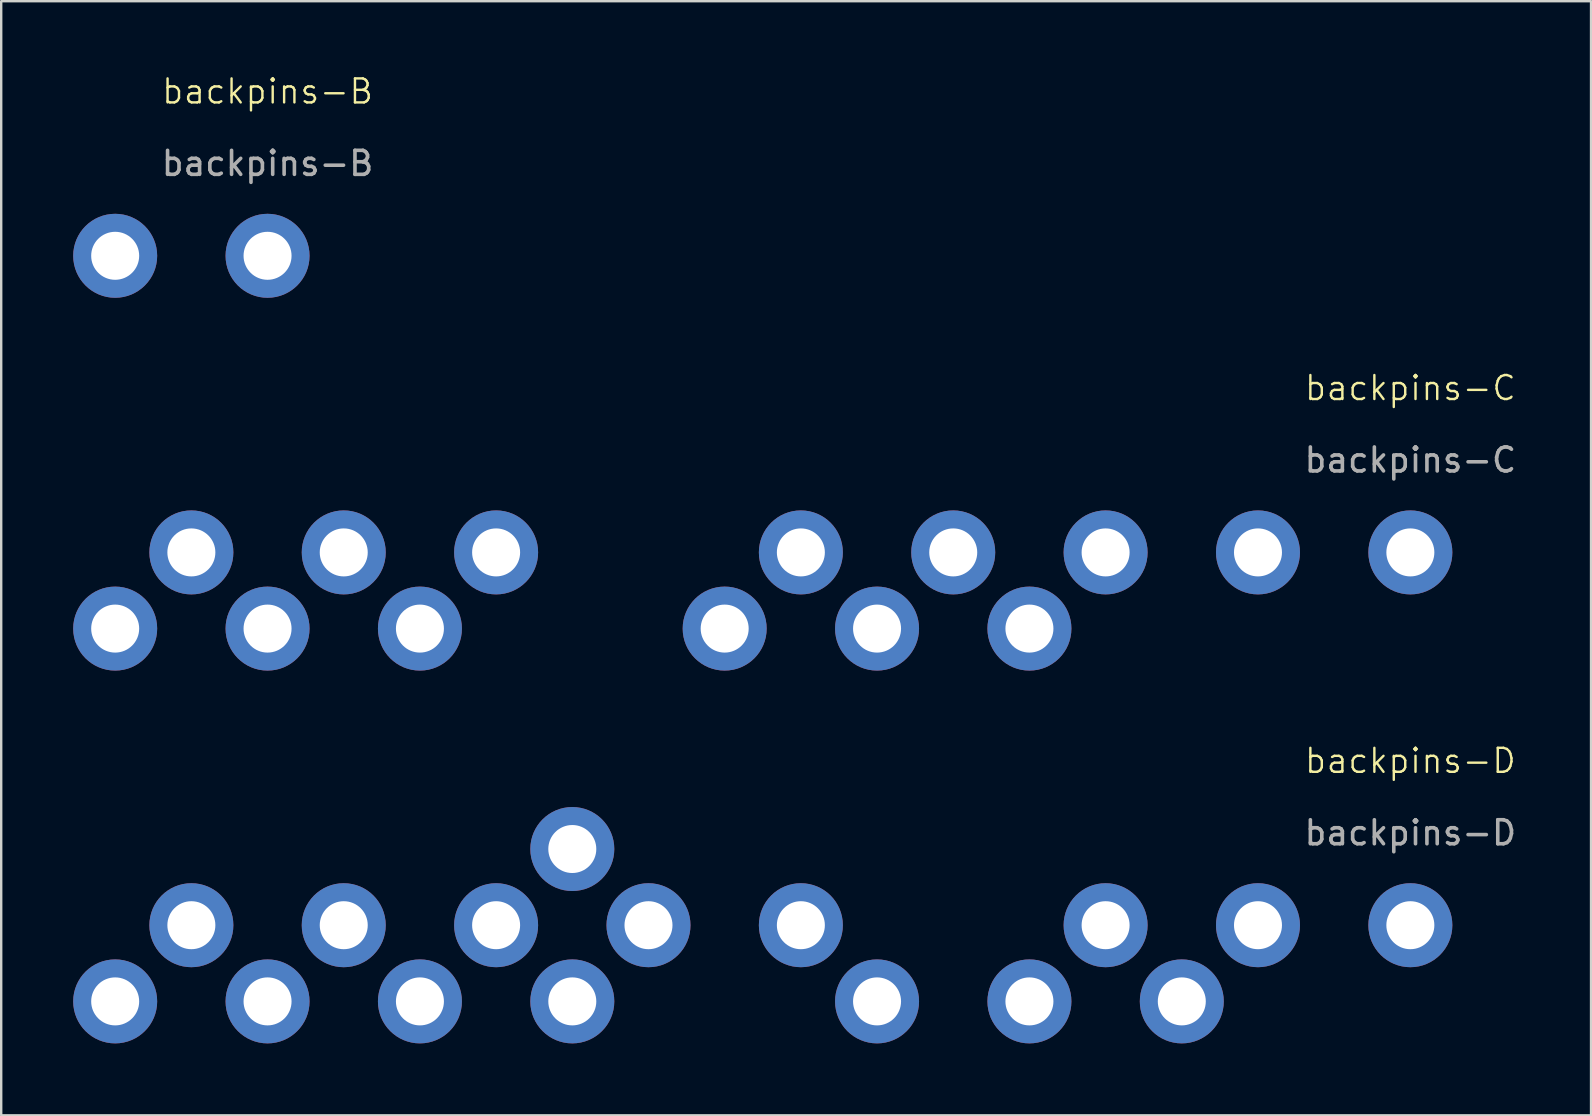
<source format=kicad_pcb>
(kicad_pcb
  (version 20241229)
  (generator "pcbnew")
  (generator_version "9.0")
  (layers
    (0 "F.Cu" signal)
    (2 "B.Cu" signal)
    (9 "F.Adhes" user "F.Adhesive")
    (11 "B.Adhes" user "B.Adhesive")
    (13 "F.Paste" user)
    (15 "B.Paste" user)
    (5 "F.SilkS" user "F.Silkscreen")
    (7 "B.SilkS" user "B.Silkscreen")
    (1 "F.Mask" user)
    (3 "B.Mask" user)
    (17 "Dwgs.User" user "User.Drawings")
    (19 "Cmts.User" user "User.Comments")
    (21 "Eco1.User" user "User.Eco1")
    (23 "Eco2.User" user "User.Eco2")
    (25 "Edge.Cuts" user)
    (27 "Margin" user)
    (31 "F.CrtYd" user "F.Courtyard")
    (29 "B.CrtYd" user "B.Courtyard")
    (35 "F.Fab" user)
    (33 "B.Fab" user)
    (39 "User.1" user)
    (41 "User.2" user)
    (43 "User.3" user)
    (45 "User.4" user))
  (footprint "backpins-D"
    (layer "F.Cu")
    (at 55.725 29.157)
    (property "Reference" "backpins-D" (at 0 -0.5 0) (unlocked yes) (layer "F.SilkS") (effects (font (size 1 1) (thickness 0.1))))
    (attr through_hole)
    (fp_text user "${REFERENCE}" (at 0 2.5 0) (unlocked yes) (layer "F.Fab") (effects (font (size 1 1) (thickness 0.15))))
    (pad "A2" thru_hole circle (at 0 6.35) (size 3.5 3.5) (drill 2) (layers "*.Cu" "*.Mask"))
    (pad "C2" thru_hole circle (at -6.35 6.35) (size 3.5 3.5) (drill 2) (layers "*.Cu" "*.Mask"))
    (pad "D2" thru_hole circle (at -9.525 9.525) (size 3.5 3.5) (drill 2) (layers "*.Cu" "*.Mask"))
    (pad "E2" thru_hole circle (at -12.7 6.35) (size 3.5 3.5) (drill 2) (layers "*.Cu" "*.Mask"))
    (pad "F2" thru_hole circle (at -15.875 9.525) (size 3.5 3.5) (drill 2) (layers "*.Cu" "*.Mask"))
    (pad "J2" thru_hole circle (at -22.225 9.525) (size 3.5 3.5) (drill 2) (layers "*.Cu" "*.Mask"))
    (pad "K2" thru_hole circle (at -25.4 6.35) (size 3.5 3.5) (drill 2) (layers "*.Cu" "*.Mask"))
    (pad "M2" thru_hole circle (at -31.75 6.35) (size 3.5 3.5) (drill 2) (layers "*.Cu" "*.Mask"))
    (pad "N1" thru_hole circle (at -34.925 3.175) (size 3.5 3.5) (drill 2) (layers "*.Cu" "*.Mask"))
    (pad "N2" thru_hole circle (at -34.925 9.525) (size 3.5 3.5) (drill 2) (layers "*.Cu" "*.Mask"))
    (pad "P2" thru_hole circle (at -38.1 6.35) (size 3.5 3.5) (drill 2) (layers "*.Cu" "*.Mask"))
    (pad "R2" thru_hole circle (at -41.275 9.525) (size 3.5 3.5) (drill 2) (layers "*.Cu" "*.Mask"))
    (pad "S2" thru_hole circle (at -44.45 6.35) (size 3.5 3.5) (drill 2) (layers "*.Cu" "*.Mask"))
    (pad "T2" thru_hole circle (at -47.625 9.525) (size 3.5 3.5) (drill 2) (layers "*.Cu" "*.Mask"))
    (pad "U2" thru_hole circle (at -50.8 6.35) (size 3.5 3.5) (drill 2) (layers "*.Cu" "*.Mask"))
    (pad "V2" thru_hole circle (at -53.975 9.525) (size 3.5 3.5) (drill 2) (layers "*.Cu" "*.Mask")))
  (footprint "backpins-B"
    (layer "F.Cu")
    (at 8.1 1.26)
    (property "Reference" "backpins-B" (at 0 -0.5 0) (unlocked yes) (layer "F.SilkS") (effects (font (size 1 1) (thickness 0.1))))
    (attr through_hole)
    (fp_text user "${REFERENCE}" (at 0 2.5 0) (unlocked yes) (layer "F.Fab") (effects (font (size 1 1) (thickness 0.15))))
    (pad "A2" thru_hole circle (at 0 6.35) (size 3.5 3.5) (drill 2) (layers "*.Cu" "*.Mask"))
    (pad "C2" thru_hole circle (at -6.35 6.35) (size 3.5 3.5) (drill 2) (layers "*.Cu" "*.Mask")))
  (footprint "backpins-C"
    (layer "F.Cu")
    (at 55.725 13.621)
    (property "Reference" "backpins-C" (at 0 -0.5 0) (unlocked yes) (layer "F.SilkS") (effects (font (size 1 1) (thickness 0.1))))
    (attr through_hole)
    (fp_text user "${REFERENCE}" (at 0 2.5 0) (unlocked yes) (layer "F.Fab") (effects (font (size 1 1) (thickness 0.15))))
    (pad "A2" thru_hole circle (at 0 6.35) (size 3.5 3.5) (drill 2) (layers "*.Cu" "*.Mask"))
    (pad "C2" thru_hole circle (at -6.35 6.35) (size 3.5 3.5) (drill 2) (layers "*.Cu" "*.Mask"))
    (pad "E2" thru_hole circle (at -12.7 6.35) (size 3.5 3.5) (drill 2) (layers "*.Cu" "*.Mask"))
    (pad "F2" thru_hole circle (at -15.875 9.525) (size 3.5 3.5) (drill 2) (layers "*.Cu" "*.Mask"))
    (pad "H2" thru_hole circle (at -19.05 6.35) (size 3.5 3.5) (drill 2) (layers "*.Cu" "*.Mask"))
    (pad "J2" thru_hole circle (at -22.225 9.525) (size 3.5 3.5) (drill 2) (layers "*.Cu" "*.Mask"))
    (pad "K2" thru_hole circle (at -25.4 6.35) (size 3.5 3.5) (drill 2) (layers "*.Cu" "*.Mask"))
    (pad "L2" thru_hole circle (at -28.575 9.525) (size 3.5 3.5) (drill 2) (layers "*.Cu" "*.Mask"))
    (pad "P2" thru_hole circle (at -38.1 6.35) (size 3.5 3.5) (drill 2) (layers "*.Cu" "*.Mask"))
    (pad "R2" thru_hole circle (at -41.275 9.525) (size 3.5 3.5) (drill 2) (layers "*.Cu" "*.Mask"))
    (pad "S2" thru_hole circle (at -44.45 6.35) (size 3.5 3.5) (drill 2) (layers "*.Cu" "*.Mask"))
    (pad "T2" thru_hole circle (at -47.625 9.525) (size 3.5 3.5) (drill 2) (layers "*.Cu" "*.Mask"))
    (pad "U2" thru_hole circle (at -50.8 6.35) (size 3.5 3.5) (drill 2) (layers "*.Cu" "*.Mask"))
    (pad "V2" thru_hole circle (at -53.975 9.525) (size 3.5 3.5) (drill 2) (layers "*.Cu" "*.Mask")))
  (gr_rect
    (start -3 -3)
    (end 63.255 43.431)
    (stroke (width 0.1) (type default))
    (fill no)
    (layer "Edge.Cuts")))
</source>
